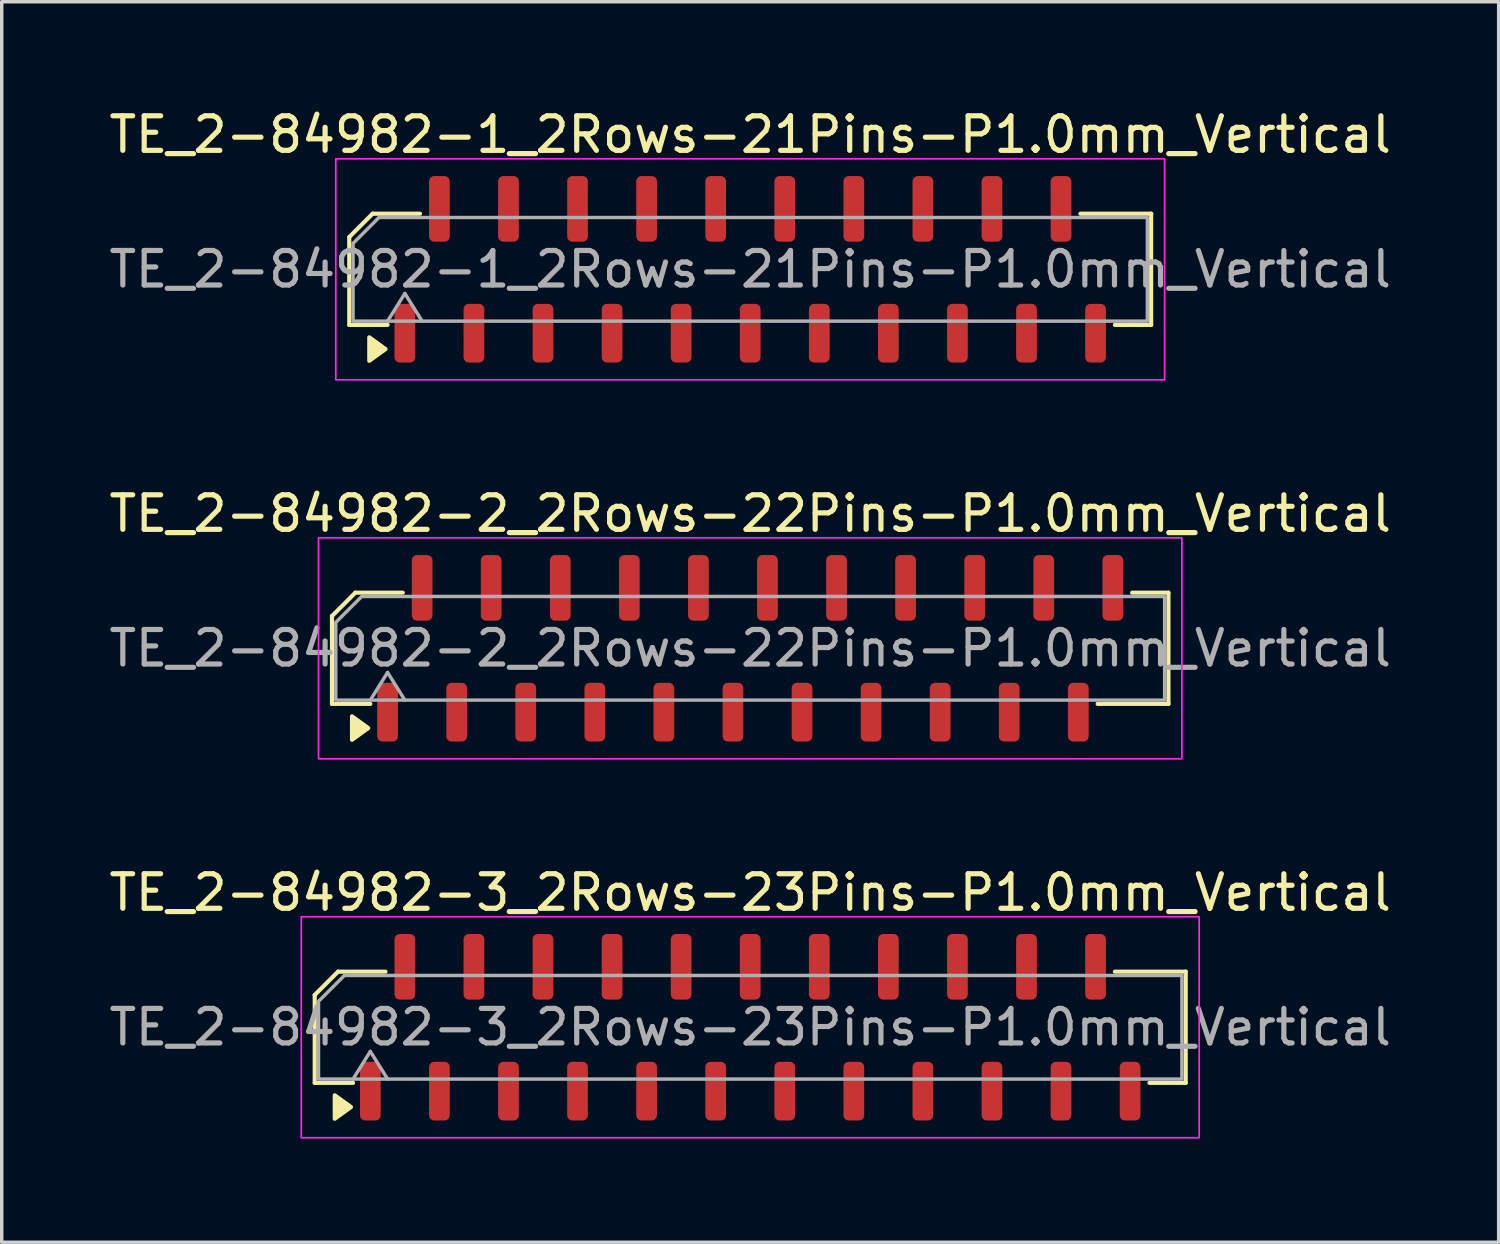
<source format=kicad_pcb>
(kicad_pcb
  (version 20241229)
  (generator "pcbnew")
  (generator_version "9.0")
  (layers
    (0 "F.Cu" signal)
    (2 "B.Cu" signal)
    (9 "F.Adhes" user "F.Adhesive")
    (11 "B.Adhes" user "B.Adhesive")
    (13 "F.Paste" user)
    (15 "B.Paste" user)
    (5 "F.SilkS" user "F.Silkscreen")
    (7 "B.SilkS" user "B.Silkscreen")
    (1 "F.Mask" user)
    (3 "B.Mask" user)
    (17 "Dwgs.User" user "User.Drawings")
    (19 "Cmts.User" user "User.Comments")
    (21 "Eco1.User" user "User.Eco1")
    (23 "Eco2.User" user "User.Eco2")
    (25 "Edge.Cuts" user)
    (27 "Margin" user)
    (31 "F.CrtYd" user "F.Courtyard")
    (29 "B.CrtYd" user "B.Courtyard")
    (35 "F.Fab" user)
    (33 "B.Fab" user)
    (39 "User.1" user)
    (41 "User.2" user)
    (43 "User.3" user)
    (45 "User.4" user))
  (footprint "TE_2-84982-3_2Rows-23Pins-P1.0mm_Vertical"
    (layer "F.Cu")
    (at 18.673 26.695)
    (property "Reference" "TE_2-84982-3_2Rows-23Pins-P1.0mm_Vertical" (at 0 -3.9 0) (layer "F.SilkS") (effects (font (size 1 1) (thickness 0.15))))
    (attr smd)
    (fp_line (start -12.61 -0.934) (end -12.61 1.61) (stroke (width 0.12) (type solid)) (layer "F.SilkS"))
    (fp_line (start -12.61 1.61) (end -11.5 1.61) (stroke (width 0.12) (type solid)) (layer "F.SilkS"))
    (fp_line (start -11.934 -1.61) (end -12.61 -0.934) (stroke (width 0.12) (type solid)) (layer "F.SilkS"))
    (fp_line (start -10.56 -1.61) (end -11.934 -1.61) (stroke (width 0.12) (type solid)) (layer "F.SilkS"))
    (fp_line (start 11.56 1.61) (end 12.61 1.61) (stroke (width 0.12) (type solid)) (layer "F.SilkS"))
    (fp_line (start 12.61 -1.61) (end 10.56 -1.61) (stroke (width 0.12) (type solid)) (layer "F.SilkS"))
    (fp_line (start 12.61 1.61) (end 12.61 -1.61) (stroke (width 0.12) (type solid)) (layer "F.SilkS"))
    (fp_poly (pts (xy -11.56 2.31) (xy -12.03 2.65) (xy -12.03 1.97)) (stroke (width 0.12) (type solid)) (fill yes) (layer "F.SilkS"))
    (fp_rect (start -13 3.2) (end 13 -3.2) (stroke (width 0.05) (type solid)) (fill no) (layer "F.CrtYd"))
    (fp_line (start -11.5 1.5) (end -11 0.7) (stroke (width 0.1) (type solid)) (layer "F.Fab"))
    (fp_line (start -11 0.7) (end -10.5 1.5) (stroke (width 0.1) (type solid)) (layer "F.Fab"))
    (fp_poly (pts (xy -12.5 -0.75) (xy -12.5 1.5) (xy 12.5 1.5) (xy 12.5 -1.5) (xy -11.75 -1.5)) (stroke (width 0.1) (type solid)) (fill no) (layer "F.Fab"))
    (fp_text user "${REFERENCE}" (at 0 0 0) (layer "F.Fab") (effects (font (size 1 1) (thickness 0.15))))
    (pad "1" smd roundrect (at -11 1.85) (size 0.6 1.7) (layers "F.Cu" "F.Mask" "F.Paste") (roundrect_rratio 0.25))
    (pad "2" smd roundrect (at -10 -1.75) (size 0.6 1.9) (layers "F.Cu" "F.Mask" "F.Paste") (roundrect_rratio 0.25))
    (pad "3" smd roundrect (at -9 1.85) (size 0.6 1.7) (layers "F.Cu" "F.Mask" "F.Paste") (roundrect_rratio 0.25))
    (pad "4" smd roundrect (at -8 -1.75) (size 0.6 1.9) (layers "F.Cu" "F.Mask" "F.Paste") (roundrect_rratio 0.25))
    (pad "5" smd roundrect (at -7 1.85) (size 0.6 1.7) (layers "F.Cu" "F.Mask" "F.Paste") (roundrect_rratio 0.25))
    (pad "6" smd roundrect (at -6 -1.75) (size 0.6 1.9) (layers "F.Cu" "F.Mask" "F.Paste") (roundrect_rratio 0.25))
    (pad "7" smd roundrect (at -5 1.85) (size 0.6 1.7) (layers "F.Cu" "F.Mask" "F.Paste") (roundrect_rratio 0.25))
    (pad "8" smd roundrect (at -4 -1.75) (size 0.6 1.9) (layers "F.Cu" "F.Mask" "F.Paste") (roundrect_rratio 0.25))
    (pad "9" smd roundrect (at -3 1.85) (size 0.6 1.7) (layers "F.Cu" "F.Mask" "F.Paste") (roundrect_rratio 0.25))
    (pad "10" smd roundrect (at -2 -1.75) (size 0.6 1.9) (layers "F.Cu" "F.Mask" "F.Paste") (roundrect_rratio 0.25))
    (pad "11" smd roundrect (at -1 1.85) (size 0.6 1.7) (layers "F.Cu" "F.Mask" "F.Paste") (roundrect_rratio 0.25))
    (pad "12" smd roundrect (at 0 -1.75) (size 0.6 1.9) (layers "F.Cu" "F.Mask" "F.Paste") (roundrect_rratio 0.25))
    (pad "13" smd roundrect (at 1 1.85) (size 0.6 1.7) (layers "F.Cu" "F.Mask" "F.Paste") (roundrect_rratio 0.25))
    (pad "14" smd roundrect (at 2 -1.75) (size 0.6 1.9) (layers "F.Cu" "F.Mask" "F.Paste") (roundrect_rratio 0.25))
    (pad "15" smd roundrect (at 3 1.85) (size 0.6 1.7) (layers "F.Cu" "F.Mask" "F.Paste") (roundrect_rratio 0.25))
    (pad "16" smd roundrect (at 4 -1.75) (size 0.6 1.9) (layers "F.Cu" "F.Mask" "F.Paste") (roundrect_rratio 0.25))
    (pad "17" smd roundrect (at 5 1.85) (size 0.6 1.7) (layers "F.Cu" "F.Mask" "F.Paste") (roundrect_rratio 0.25))
    (pad "18" smd roundrect (at 6 -1.75) (size 0.6 1.9) (layers "F.Cu" "F.Mask" "F.Paste") (roundrect_rratio 0.25))
    (pad "19" smd roundrect (at 7 1.85) (size 0.6 1.7) (layers "F.Cu" "F.Mask" "F.Paste") (roundrect_rratio 0.25))
    (pad "20" smd roundrect (at 8 -1.75) (size 0.6 1.9) (layers "F.Cu" "F.Mask" "F.Paste") (roundrect_rratio 0.25))
    (pad "21" smd roundrect (at 9 1.85) (size 0.6 1.7) (layers "F.Cu" "F.Mask" "F.Paste") (roundrect_rratio 0.25))
    (pad "22" smd roundrect (at 10 -1.75) (size 0.6 1.9) (layers "F.Cu" "F.Mask" "F.Paste") (roundrect_rratio 0.25))
    (pad "23" smd roundrect (at 11 1.85) (size 0.6 1.7) (layers "F.Cu" "F.Mask" "F.Paste") (roundrect_rratio 0.25)))
  (footprint "TE_2-84982-1_2Rows-21Pins-P1.0mm_Vertical"
    (layer "F.Cu")
    (at 18.673 4.748)
    (property "Reference" "TE_2-84982-1_2Rows-21Pins-P1.0mm_Vertical" (at 0 -3.9 0) (layer "F.SilkS") (effects (font (size 1 1) (thickness 0.15))))
    (attr smd)
    (fp_line (start -11.61 -0.934) (end -11.61 1.61) (stroke (width 0.12) (type solid)) (layer "F.SilkS"))
    (fp_line (start -11.61 1.61) (end -10.5 1.61) (stroke (width 0.12) (type solid)) (layer "F.SilkS"))
    (fp_line (start -10.934 -1.61) (end -11.61 -0.934) (stroke (width 0.12) (type solid)) (layer "F.SilkS"))
    (fp_line (start -9.56 -1.61) (end -10.934 -1.61) (stroke (width 0.12) (type solid)) (layer "F.SilkS"))
    (fp_line (start 10.56 1.61) (end 11.61 1.61) (stroke (width 0.12) (type solid)) (layer "F.SilkS"))
    (fp_line (start 11.61 -1.61) (end 9.56 -1.61) (stroke (width 0.12) (type solid)) (layer "F.SilkS"))
    (fp_line (start 11.61 1.61) (end 11.61 -1.61) (stroke (width 0.12) (type solid)) (layer "F.SilkS"))
    (fp_poly (pts (xy -10.56 2.31) (xy -11.03 2.65) (xy -11.03 1.97)) (stroke (width 0.12) (type solid)) (fill yes) (layer "F.SilkS"))
    (fp_rect (start -12 3.2) (end 12 -3.2) (stroke (width 0.05) (type solid)) (fill no) (layer "F.CrtYd"))
    (fp_line (start -10.5 1.5) (end -10 0.7) (stroke (width 0.1) (type solid)) (layer "F.Fab"))
    (fp_line (start -10 0.7) (end -9.5 1.5) (stroke (width 0.1) (type solid)) (layer "F.Fab"))
    (fp_poly (pts (xy -11.5 -0.75) (xy -11.5 1.5) (xy 11.5 1.5) (xy 11.5 -1.5) (xy -10.75 -1.5)) (stroke (width 0.1) (type solid)) (fill no) (layer "F.Fab"))
    (fp_text user "${REFERENCE}" (at 0 0 0) (layer "F.Fab") (effects (font (size 1 1) (thickness 0.15))))
    (pad "1" smd roundrect (at -10 1.85) (size 0.6 1.7) (layers "F.Cu" "F.Mask" "F.Paste") (roundrect_rratio 0.25))
    (pad "2" smd roundrect (at -9 -1.75) (size 0.6 1.9) (layers "F.Cu" "F.Mask" "F.Paste") (roundrect_rratio 0.25))
    (pad "3" smd roundrect (at -8 1.85) (size 0.6 1.7) (layers "F.Cu" "F.Mask" "F.Paste") (roundrect_rratio 0.25))
    (pad "4" smd roundrect (at -7 -1.75) (size 0.6 1.9) (layers "F.Cu" "F.Mask" "F.Paste") (roundrect_rratio 0.25))
    (pad "5" smd roundrect (at -6 1.85) (size 0.6 1.7) (layers "F.Cu" "F.Mask" "F.Paste") (roundrect_rratio 0.25))
    (pad "6" smd roundrect (at -5 -1.75) (size 0.6 1.9) (layers "F.Cu" "F.Mask" "F.Paste") (roundrect_rratio 0.25))
    (pad "7" smd roundrect (at -4 1.85) (size 0.6 1.7) (layers "F.Cu" "F.Mask" "F.Paste") (roundrect_rratio 0.25))
    (pad "8" smd roundrect (at -3 -1.75) (size 0.6 1.9) (layers "F.Cu" "F.Mask" "F.Paste") (roundrect_rratio 0.25))
    (pad "9" smd roundrect (at -2 1.85) (size 0.6 1.7) (layers "F.Cu" "F.Mask" "F.Paste") (roundrect_rratio 0.25))
    (pad "10" smd roundrect (at -1 -1.75) (size 0.6 1.9) (layers "F.Cu" "F.Mask" "F.Paste") (roundrect_rratio 0.25))
    (pad "11" smd roundrect (at 0 1.85) (size 0.6 1.7) (layers "F.Cu" "F.Mask" "F.Paste") (roundrect_rratio 0.25))
    (pad "12" smd roundrect (at 1 -1.75) (size 0.6 1.9) (layers "F.Cu" "F.Mask" "F.Paste") (roundrect_rratio 0.25))
    (pad "13" smd roundrect (at 2 1.85) (size 0.6 1.7) (layers "F.Cu" "F.Mask" "F.Paste") (roundrect_rratio 0.25))
    (pad "14" smd roundrect (at 3 -1.75) (size 0.6 1.9) (layers "F.Cu" "F.Mask" "F.Paste") (roundrect_rratio 0.25))
    (pad "15" smd roundrect (at 4 1.85) (size 0.6 1.7) (layers "F.Cu" "F.Mask" "F.Paste") (roundrect_rratio 0.25))
    (pad "16" smd roundrect (at 5 -1.75) (size 0.6 1.9) (layers "F.Cu" "F.Mask" "F.Paste") (roundrect_rratio 0.25))
    (pad "17" smd roundrect (at 6 1.85) (size 0.6 1.7) (layers "F.Cu" "F.Mask" "F.Paste") (roundrect_rratio 0.25))
    (pad "18" smd roundrect (at 7 -1.75) (size 0.6 1.9) (layers "F.Cu" "F.Mask" "F.Paste") (roundrect_rratio 0.25))
    (pad "19" smd roundrect (at 8 1.85) (size 0.6 1.7) (layers "F.Cu" "F.Mask" "F.Paste") (roundrect_rratio 0.25))
    (pad "20" smd roundrect (at 9 -1.75) (size 0.6 1.9) (layers "F.Cu" "F.Mask" "F.Paste") (roundrect_rratio 0.25))
    (pad "21" smd roundrect (at 10 1.85) (size 0.6 1.7) (layers "F.Cu" "F.Mask" "F.Paste") (roundrect_rratio 0.25)))
  (footprint "TE_2-84982-2_2Rows-22Pins-P1.0mm_Vertical"
    (layer "F.Cu")
    (at 18.673 15.722)
    (property "Reference" "TE_2-84982-2_2Rows-22Pins-P1.0mm_Vertical" (at 0 -3.9 0) (layer "F.SilkS") (effects (font (size 1 1) (thickness 0.15))))
    (attr smd)
    (fp_line (start -12.11 -0.934) (end -12.11 1.61) (stroke (width 0.12) (type solid)) (layer "F.SilkS"))
    (fp_line (start -12.11 1.61) (end -11 1.61) (stroke (width 0.12) (type solid)) (layer "F.SilkS"))
    (fp_line (start -11.434 -1.61) (end -12.11 -0.934) (stroke (width 0.12) (type solid)) (layer "F.SilkS"))
    (fp_line (start -10.06 -1.61) (end -11.434 -1.61) (stroke (width 0.12) (type solid)) (layer "F.SilkS"))
    (fp_line (start 10.06 1.61) (end 12.11 1.61) (stroke (width 0.12) (type solid)) (layer "F.SilkS"))
    (fp_line (start 12.11 -1.61) (end 11.06 -1.61) (stroke (width 0.12) (type solid)) (layer "F.SilkS"))
    (fp_line (start 12.11 1.61) (end 12.11 -1.61) (stroke (width 0.12) (type solid)) (layer "F.SilkS"))
    (fp_poly (pts (xy -11.06 2.31) (xy -11.53 2.65) (xy -11.53 1.97)) (stroke (width 0.12) (type solid)) (fill yes) (layer "F.SilkS"))
    (fp_rect (start -12.5 3.2) (end 12.5 -3.2) (stroke (width 0.05) (type solid)) (fill no) (layer "F.CrtYd"))
    (fp_line (start -11 1.5) (end -10.5 0.7) (stroke (width 0.1) (type solid)) (layer "F.Fab"))
    (fp_line (start -10.5 0.7) (end -10 1.5) (stroke (width 0.1) (type solid)) (layer "F.Fab"))
    (fp_poly (pts (xy -12 -0.75) (xy -12 1.5) (xy 12 1.5) (xy 12 -1.5) (xy -11.25 -1.5)) (stroke (width 0.1) (type solid)) (fill no) (layer "F.Fab"))
    (fp_text user "${REFERENCE}" (at 0 0 0) (layer "F.Fab") (effects (font (size 1 1) (thickness 0.15))))
    (pad "1" smd roundrect (at -10.5 1.85) (size 0.6 1.7) (layers "F.Cu" "F.Mask" "F.Paste") (roundrect_rratio 0.25))
    (pad "2" smd roundrect (at -9.5 -1.75) (size 0.6 1.9) (layers "F.Cu" "F.Mask" "F.Paste") (roundrect_rratio 0.25))
    (pad "3" smd roundrect (at -8.5 1.85) (size 0.6 1.7) (layers "F.Cu" "F.Mask" "F.Paste") (roundrect_rratio 0.25))
    (pad "4" smd roundrect (at -7.5 -1.75) (size 0.6 1.9) (layers "F.Cu" "F.Mask" "F.Paste") (roundrect_rratio 0.25))
    (pad "5" smd roundrect (at -6.5 1.85) (size 0.6 1.7) (layers "F.Cu" "F.Mask" "F.Paste") (roundrect_rratio 0.25))
    (pad "6" smd roundrect (at -5.5 -1.75) (size 0.6 1.9) (layers "F.Cu" "F.Mask" "F.Paste") (roundrect_rratio 0.25))
    (pad "7" smd roundrect (at -4.5 1.85) (size 0.6 1.7) (layers "F.Cu" "F.Mask" "F.Paste") (roundrect_rratio 0.25))
    (pad "8" smd roundrect (at -3.5 -1.75) (size 0.6 1.9) (layers "F.Cu" "F.Mask" "F.Paste") (roundrect_rratio 0.25))
    (pad "9" smd roundrect (at -2.5 1.85) (size 0.6 1.7) (layers "F.Cu" "F.Mask" "F.Paste") (roundrect_rratio 0.25))
    (pad "10" smd roundrect (at -1.5 -1.75) (size 0.6 1.9) (layers "F.Cu" "F.Mask" "F.Paste") (roundrect_rratio 0.25))
    (pad "11" smd roundrect (at -0.5 1.85) (size 0.6 1.7) (layers "F.Cu" "F.Mask" "F.Paste") (roundrect_rratio 0.25))
    (pad "12" smd roundrect (at 0.5 -1.75) (size 0.6 1.9) (layers "F.Cu" "F.Mask" "F.Paste") (roundrect_rratio 0.25))
    (pad "13" smd roundrect (at 1.5 1.85) (size 0.6 1.7) (layers "F.Cu" "F.Mask" "F.Paste") (roundrect_rratio 0.25))
    (pad "14" smd roundrect (at 2.5 -1.75) (size 0.6 1.9) (layers "F.Cu" "F.Mask" "F.Paste") (roundrect_rratio 0.25))
    (pad "15" smd roundrect (at 3.5 1.85) (size 0.6 1.7) (layers "F.Cu" "F.Mask" "F.Paste") (roundrect_rratio 0.25))
    (pad "16" smd roundrect (at 4.5 -1.75) (size 0.6 1.9) (layers "F.Cu" "F.Mask" "F.Paste") (roundrect_rratio 0.25))
    (pad "17" smd roundrect (at 5.5 1.85) (size 0.6 1.7) (layers "F.Cu" "F.Mask" "F.Paste") (roundrect_rratio 0.25))
    (pad "18" smd roundrect (at 6.5 -1.75) (size 0.6 1.9) (layers "F.Cu" "F.Mask" "F.Paste") (roundrect_rratio 0.25))
    (pad "19" smd roundrect (at 7.5 1.85) (size 0.6 1.7) (layers "F.Cu" "F.Mask" "F.Paste") (roundrect_rratio 0.25))
    (pad "20" smd roundrect (at 8.5 -1.75) (size 0.6 1.9) (layers "F.Cu" "F.Mask" "F.Paste") (roundrect_rratio 0.25))
    (pad "21" smd roundrect (at 9.5 1.85) (size 0.6 1.7) (layers "F.Cu" "F.Mask" "F.Paste") (roundrect_rratio 0.25))
    (pad "22" smd roundrect (at 10.5 -1.75) (size 0.6 1.9) (layers "F.Cu" "F.Mask" "F.Paste") (roundrect_rratio 0.25)))
  (gr_rect
    (start -3 -3)
    (end 40.345 32.92)
    (stroke (width 0.1) (type default))
    (fill no)
    (layer "Edge.Cuts")))
</source>
